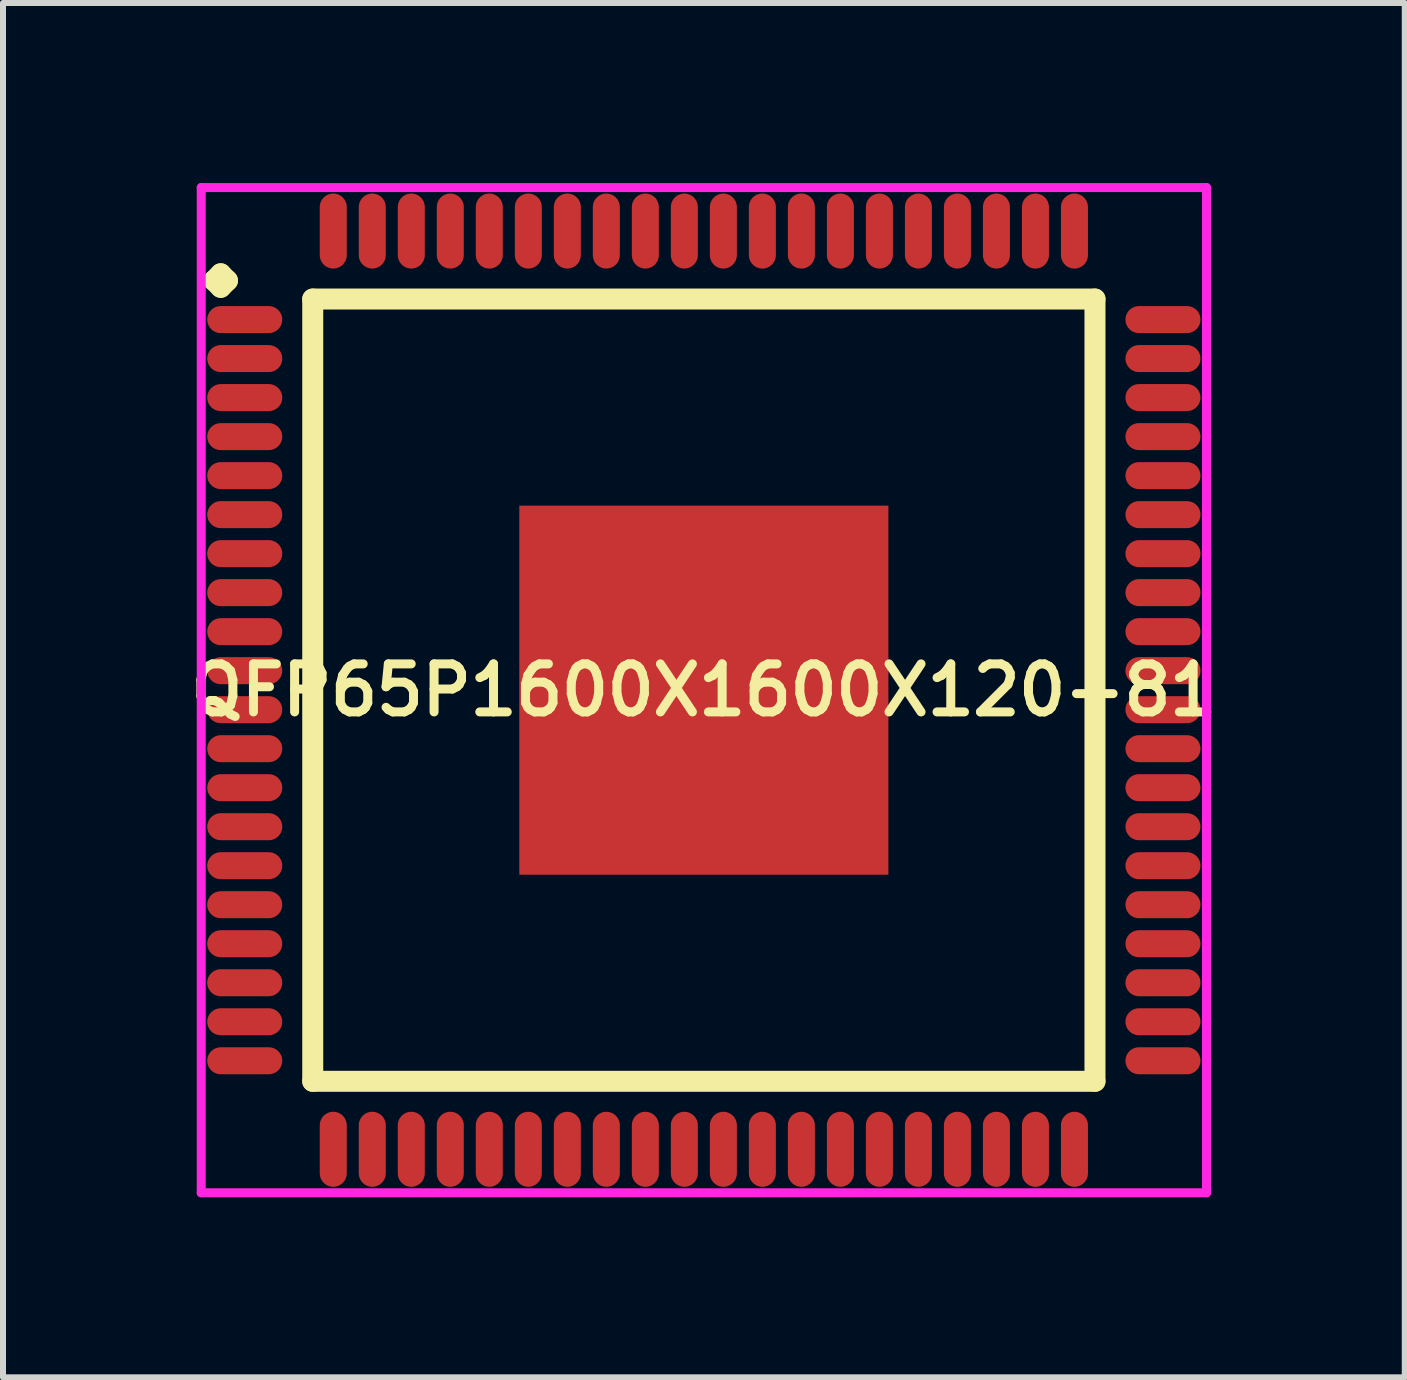
<source format=kicad_pcb>
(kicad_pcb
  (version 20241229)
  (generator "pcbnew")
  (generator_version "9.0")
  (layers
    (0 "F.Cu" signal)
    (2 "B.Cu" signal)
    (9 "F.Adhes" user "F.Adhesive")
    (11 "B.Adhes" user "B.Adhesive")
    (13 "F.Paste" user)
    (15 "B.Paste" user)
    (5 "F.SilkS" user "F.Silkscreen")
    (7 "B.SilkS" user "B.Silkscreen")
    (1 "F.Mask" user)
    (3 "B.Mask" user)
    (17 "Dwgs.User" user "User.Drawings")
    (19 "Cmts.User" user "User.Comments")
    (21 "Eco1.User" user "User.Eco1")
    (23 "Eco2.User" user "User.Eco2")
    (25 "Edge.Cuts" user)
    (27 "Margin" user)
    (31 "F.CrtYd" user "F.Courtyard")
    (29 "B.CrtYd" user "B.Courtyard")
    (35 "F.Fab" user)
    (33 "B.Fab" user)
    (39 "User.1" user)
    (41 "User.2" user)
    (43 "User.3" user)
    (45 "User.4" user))
  (footprint "QFP65P1600X1600X120-81"
    (layer "F.Cu")
    (at 8.678 8.45)
    (property "Reference" "QFP65P1600X1600X120-81" (at 0 0 0) (layer "F.SilkS") (effects (font (size 0.8 0.8) (thickness 0.15))))
    (attr smd)
    (fp_line (start -8.162 -6.825) (end -8.05 -6.938) (stroke (width 0.35) (type solid)) (layer "F.SilkS"))
    (fp_line (start -8.05 -6.938) (end -7.938 -6.825) (stroke (width 0.35) (type solid)) (layer "F.SilkS"))
    (fp_line (start -8.05 -6.713) (end -8.162 -6.825) (stroke (width 0.35) (type solid)) (layer "F.SilkS"))
    (fp_line (start -7.938 -6.825) (end -8.05 -6.713) (stroke (width 0.35) (type solid)) (layer "F.SilkS"))
    (fp_line (start -6.517 -6.517) (end -6.517 6.517) (stroke (width 0.35) (type solid)) (layer "F.SilkS"))
    (fp_line (start -6.517 6.517) (end 6.517 6.517) (stroke (width 0.35) (type solid)) (layer "F.SilkS"))
    (fp_line (start 6.517 -6.517) (end -6.517 -6.517) (stroke (width 0.35) (type solid)) (layer "F.SilkS"))
    (fp_line (start 6.517 6.517) (end 6.517 -6.517) (stroke (width 0.35) (type solid)) (layer "F.SilkS"))
    (fp_line (start -8.375 -8.375) (end 8.375 -8.375) (stroke (width 0.15) (type solid)) (layer "F.CrtYd"))
    (fp_line (start -8.375 8.375) (end -8.375 -8.375) (stroke (width 0.15) (type solid)) (layer "F.CrtYd"))
    (fp_line (start 8.375 -8.375) (end 8.375 8.375) (stroke (width 0.15) (type solid)) (layer "F.CrtYd"))
    (fp_line (start 8.375 8.375) (end -8.375 8.375) (stroke (width 0.15) (type solid)) (layer "F.CrtYd"))
    (pad "1" smd oval (at -7.65 -6.175) (size 1.25 0.45) (layers "F.Cu" "F.Mask" "F.Paste"))
    (pad "2" smd oval (at -7.65 -5.525) (size 1.25 0.45) (layers "F.Cu" "F.Mask" "F.Paste"))
    (pad "3" smd oval (at -7.65 -4.875) (size 1.25 0.45) (layers "F.Cu" "F.Mask" "F.Paste"))
    (pad "4" smd oval (at -7.65 -4.225) (size 1.25 0.45) (layers "F.Cu" "F.Mask" "F.Paste"))
    (pad "5" smd oval (at -7.65 -3.575) (size 1.25 0.45) (layers "F.Cu" "F.Mask" "F.Paste"))
    (pad "6" smd oval (at -7.65 -2.925) (size 1.25 0.45) (layers "F.Cu" "F.Mask" "F.Paste"))
    (pad "7" smd oval (at -7.65 -2.275) (size 1.25 0.45) (layers "F.Cu" "F.Mask" "F.Paste"))
    (pad "8" smd oval (at -7.65 -1.625) (size 1.25 0.45) (layers "F.Cu" "F.Mask" "F.Paste"))
    (pad "9" smd oval (at -7.65 -0.975) (size 1.25 0.45) (layers "F.Cu" "F.Mask" "F.Paste"))
    (pad "10" smd oval (at -7.65 -0.325) (size 1.25 0.45) (layers "F.Cu" "F.Mask" "F.Paste"))
    (pad "11" smd oval (at -7.65 0.325) (size 1.25 0.45) (layers "F.Cu" "F.Mask" "F.Paste"))
    (pad "12" smd oval (at -7.65 0.975) (size 1.25 0.45) (layers "F.Cu" "F.Mask" "F.Paste"))
    (pad "13" smd oval (at -7.65 1.625) (size 1.25 0.45) (layers "F.Cu" "F.Mask" "F.Paste"))
    (pad "14" smd oval (at -7.65 2.275) (size 1.25 0.45) (layers "F.Cu" "F.Mask" "F.Paste"))
    (pad "15" smd oval (at -7.65 2.925) (size 1.25 0.45) (layers "F.Cu" "F.Mask" "F.Paste"))
    (pad "16" smd oval (at -7.65 3.575) (size 1.25 0.45) (layers "F.Cu" "F.Mask" "F.Paste"))
    (pad "17" smd oval (at -7.65 4.225) (size 1.25 0.45) (layers "F.Cu" "F.Mask" "F.Paste"))
    (pad "18" smd oval (at -7.65 4.875) (size 1.25 0.45) (layers "F.Cu" "F.Mask" "F.Paste"))
    (pad "19" smd oval (at -7.65 5.525) (size 1.25 0.45) (layers "F.Cu" "F.Mask" "F.Paste"))
    (pad "20" smd oval (at -7.65 6.175) (size 1.25 0.45) (layers "F.Cu" "F.Mask" "F.Paste"))
    (pad "21" smd oval (at -6.175 7.65) (size 0.45 1.25) (layers "F.Cu" "F.Mask" "F.Paste"))
    (pad "22" smd oval (at -5.525 7.65) (size 0.45 1.25) (layers "F.Cu" "F.Mask" "F.Paste"))
    (pad "23" smd oval (at -4.875 7.65) (size 0.45 1.25) (layers "F.Cu" "F.Mask" "F.Paste"))
    (pad "24" smd oval (at -4.225 7.65) (size 0.45 1.25) (layers "F.Cu" "F.Mask" "F.Paste"))
    (pad "25" smd oval (at -3.575 7.65) (size 0.45 1.25) (layers "F.Cu" "F.Mask" "F.Paste"))
    (pad "26" smd oval (at -2.925 7.65) (size 0.45 1.25) (layers "F.Cu" "F.Mask" "F.Paste"))
    (pad "27" smd oval (at -2.275 7.65) (size 0.45 1.25) (layers "F.Cu" "F.Mask" "F.Paste"))
    (pad "28" smd oval (at -1.625 7.65) (size 0.45 1.25) (layers "F.Cu" "F.Mask" "F.Paste"))
    (pad "29" smd oval (at -0.975 7.65) (size 0.45 1.25) (layers "F.Cu" "F.Mask" "F.Paste"))
    (pad "30" smd oval (at -0.325 7.65) (size 0.45 1.25) (layers "F.Cu" "F.Mask" "F.Paste"))
    (pad "31" smd oval (at 0.325 7.65) (size 0.45 1.25) (layers "F.Cu" "F.Mask" "F.Paste"))
    (pad "32" smd oval (at 0.975 7.65) (size 0.45 1.25) (layers "F.Cu" "F.Mask" "F.Paste"))
    (pad "33" smd oval (at 1.625 7.65) (size 0.45 1.25) (layers "F.Cu" "F.Mask" "F.Paste"))
    (pad "34" smd oval (at 2.275 7.65) (size 0.45 1.25) (layers "F.Cu" "F.Mask" "F.Paste"))
    (pad "35" smd oval (at 2.925 7.65) (size 0.45 1.25) (layers "F.Cu" "F.Mask" "F.Paste"))
    (pad "36" smd oval (at 3.575 7.65) (size 0.45 1.25) (layers "F.Cu" "F.Mask" "F.Paste"))
    (pad "37" smd oval (at 4.225 7.65) (size 0.45 1.25) (layers "F.Cu" "F.Mask" "F.Paste"))
    (pad "38" smd oval (at 4.875 7.65) (size 0.45 1.25) (layers "F.Cu" "F.Mask" "F.Paste"))
    (pad "39" smd oval (at 5.525 7.65) (size 0.45 1.25) (layers "F.Cu" "F.Mask" "F.Paste"))
    (pad "40" smd oval (at 6.175 7.65) (size 0.45 1.25) (layers "F.Cu" "F.Mask" "F.Paste"))
    (pad "41" smd oval (at 7.65 6.175) (size 1.25 0.45) (layers "F.Cu" "F.Mask" "F.Paste"))
    (pad "42" smd oval (at 7.65 5.525) (size 1.25 0.45) (layers "F.Cu" "F.Mask" "F.Paste"))
    (pad "43" smd oval (at 7.65 4.875) (size 1.25 0.45) (layers "F.Cu" "F.Mask" "F.Paste"))
    (pad "44" smd oval (at 7.65 4.225) (size 1.25 0.45) (layers "F.Cu" "F.Mask" "F.Paste"))
    (pad "45" smd oval (at 7.65 3.575) (size 1.25 0.45) (layers "F.Cu" "F.Mask" "F.Paste"))
    (pad "46" smd oval (at 7.65 2.925) (size 1.25 0.45) (layers "F.Cu" "F.Mask" "F.Paste"))
    (pad "47" smd oval (at 7.65 2.275) (size 1.25 0.45) (layers "F.Cu" "F.Mask" "F.Paste"))
    (pad "48" smd oval (at 7.65 1.625) (size 1.25 0.45) (layers "F.Cu" "F.Mask" "F.Paste"))
    (pad "49" smd oval (at 7.65 0.975) (size 1.25 0.45) (layers "F.Cu" "F.Mask" "F.Paste"))
    (pad "50" smd oval (at 7.65 0.325) (size 1.25 0.45) (layers "F.Cu" "F.Mask" "F.Paste"))
    (pad "51" smd oval (at 7.65 -0.325) (size 1.25 0.45) (layers "F.Cu" "F.Mask" "F.Paste"))
    (pad "52" smd oval (at 7.65 -0.975) (size 1.25 0.45) (layers "F.Cu" "F.Mask" "F.Paste"))
    (pad "53" smd oval (at 7.65 -1.625) (size 1.25 0.45) (layers "F.Cu" "F.Mask" "F.Paste"))
    (pad "54" smd oval (at 7.65 -2.275) (size 1.25 0.45) (layers "F.Cu" "F.Mask" "F.Paste"))
    (pad "55" smd oval (at 7.65 -2.925) (size 1.25 0.45) (layers "F.Cu" "F.Mask" "F.Paste"))
    (pad "56" smd oval (at 7.65 -3.575) (size 1.25 0.45) (layers "F.Cu" "F.Mask" "F.Paste"))
    (pad "57" smd oval (at 7.65 -4.225) (size 1.25 0.45) (layers "F.Cu" "F.Mask" "F.Paste"))
    (pad "58" smd oval (at 7.65 -4.875) (size 1.25 0.45) (layers "F.Cu" "F.Mask" "F.Paste"))
    (pad "59" smd oval (at 7.65 -5.525) (size 1.25 0.45) (layers "F.Cu" "F.Mask" "F.Paste"))
    (pad "60" smd oval (at 7.65 -6.175) (size 1.25 0.45) (layers "F.Cu" "F.Mask" "F.Paste"))
    (pad "61" smd oval (at 6.175 -7.65) (size 0.45 1.25) (layers "F.Cu" "F.Mask" "F.Paste"))
    (pad "62" smd oval (at 5.525 -7.65) (size 0.45 1.25) (layers "F.Cu" "F.Mask" "F.Paste"))
    (pad "63" smd oval (at 4.875 -7.65) (size 0.45 1.25) (layers "F.Cu" "F.Mask" "F.Paste"))
    (pad "64" smd oval (at 4.225 -7.65) (size 0.45 1.25) (layers "F.Cu" "F.Mask" "F.Paste"))
    (pad "65" smd oval (at 3.575 -7.65) (size 0.45 1.25) (layers "F.Cu" "F.Mask" "F.Paste"))
    (pad "66" smd oval (at 2.925 -7.65) (size 0.45 1.25) (layers "F.Cu" "F.Mask" "F.Paste"))
    (pad "67" smd oval (at 2.275 -7.65) (size 0.45 1.25) (layers "F.Cu" "F.Mask" "F.Paste"))
    (pad "68" smd oval (at 1.625 -7.65) (size 0.45 1.25) (layers "F.Cu" "F.Mask" "F.Paste"))
    (pad "69" smd oval (at 0.975 -7.65) (size 0.45 1.25) (layers "F.Cu" "F.Mask" "F.Paste"))
    (pad "70" smd oval (at 0.325 -7.65) (size 0.45 1.25) (layers "F.Cu" "F.Mask" "F.Paste"))
    (pad "71" smd oval (at -0.325 -7.65) (size 0.45 1.25) (layers "F.Cu" "F.Mask" "F.Paste"))
    (pad "72" smd oval (at -0.975 -7.65) (size 0.45 1.25) (layers "F.Cu" "F.Mask" "F.Paste"))
    (pad "73" smd oval (at -1.625 -7.65) (size 0.45 1.25) (layers "F.Cu" "F.Mask" "F.Paste"))
    (pad "74" smd oval (at -2.275 -7.65) (size 0.45 1.25) (layers "F.Cu" "F.Mask" "F.Paste"))
    (pad "75" smd oval (at -2.925 -7.65) (size 0.45 1.25) (layers "F.Cu" "F.Mask" "F.Paste"))
    (pad "76" smd oval (at -3.575 -7.65) (size 0.45 1.25) (layers "F.Cu" "F.Mask" "F.Paste"))
    (pad "77" smd oval (at -4.225 -7.65) (size 0.45 1.25) (layers "F.Cu" "F.Mask" "F.Paste"))
    (pad "78" smd oval (at -4.875 -7.65) (size 0.45 1.25) (layers "F.Cu" "F.Mask" "F.Paste"))
    (pad "79" smd oval (at -5.525 -7.65) (size 0.45 1.25) (layers "F.Cu" "F.Mask" "F.Paste"))
    (pad "80" smd oval (at -6.175 -7.65) (size 0.45 1.25) (layers "F.Cu" "F.Mask" "F.Paste"))
    (pad "81" smd rect (at 0 0) (size 6.15 6.15) (layers "F.Cu" "F.Mask" "F.Paste")))
  (gr_rect
    (start -3 -3)
    (end 20.357 19.9)
    (stroke (width 0.1) (type default))
    (fill no)
    (layer "Edge.Cuts")))
</source>
